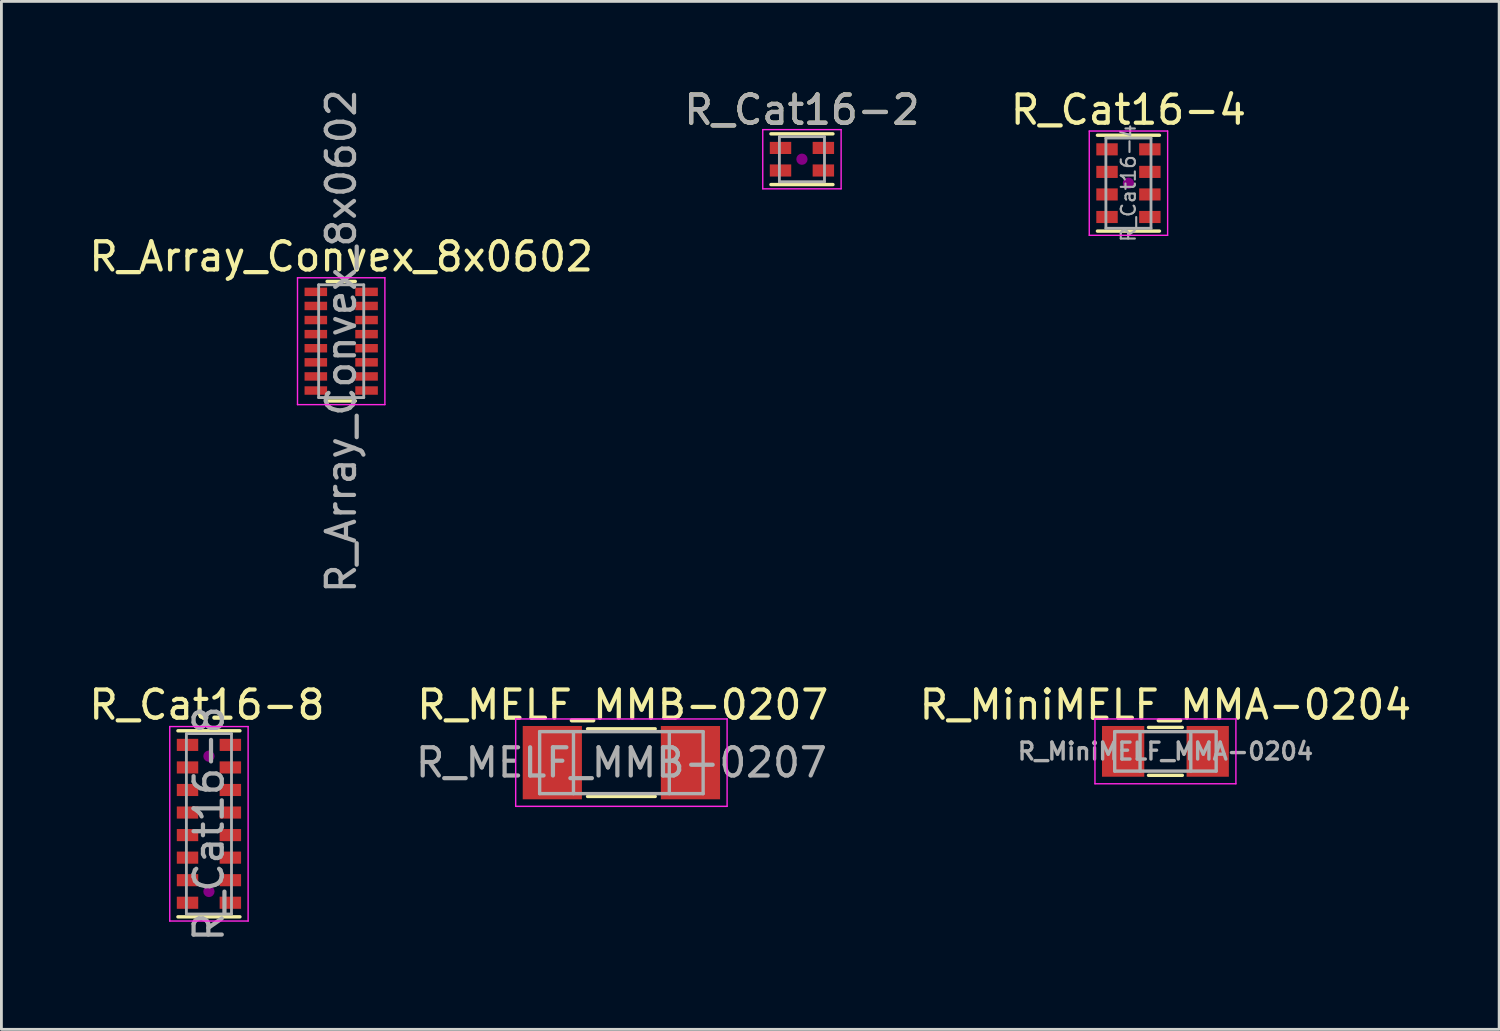
<source format=kicad_pcb>
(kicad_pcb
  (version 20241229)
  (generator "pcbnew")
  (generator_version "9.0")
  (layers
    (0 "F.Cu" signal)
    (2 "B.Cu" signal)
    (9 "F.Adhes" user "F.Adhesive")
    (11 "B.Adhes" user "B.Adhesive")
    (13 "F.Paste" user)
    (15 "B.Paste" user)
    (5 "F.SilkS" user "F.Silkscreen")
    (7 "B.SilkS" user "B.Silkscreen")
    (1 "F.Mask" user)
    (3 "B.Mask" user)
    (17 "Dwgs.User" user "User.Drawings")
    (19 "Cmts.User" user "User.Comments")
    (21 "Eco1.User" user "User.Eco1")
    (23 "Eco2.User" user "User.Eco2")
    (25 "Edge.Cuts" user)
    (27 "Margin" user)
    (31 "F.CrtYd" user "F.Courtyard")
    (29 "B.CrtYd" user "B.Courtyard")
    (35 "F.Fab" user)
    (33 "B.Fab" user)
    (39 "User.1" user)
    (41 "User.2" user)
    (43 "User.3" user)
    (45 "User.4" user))
  (footprint "R_Cat16-2"
    (layer "F.Cu")
    (at 25.399 2.598)
    (property "Reference" "R_Cat16-2" (at 0 -1.75 0) (layer "F.SilkS") (effects (font (size 1 1) (thickness 0.15))))
    (attr smd)
    (fp_line (start 1.1 -0.9) (end -1.1 -0.9) (stroke (width 0.12) (type solid)) (layer "F.SilkS"))
    (fp_line (start 1.1 0.9) (end -1.1 0.9) (stroke (width 0.12) (type solid)) (layer "F.SilkS"))
    (fp_circle (center 0 0) (end -0.1 0) (stroke (width 0.2) (type solid)) (fill no) (layer "F.Adhes"))
    (fp_line (start -1.39 -1.05) (end -1.39 1.05) (stroke (width 0.05) (type solid)) (layer "F.CrtYd"))
    (fp_line (start -1.39 -1.05) (end 1.39 -1.05) (stroke (width 0.05) (type solid)) (layer "F.CrtYd"))
    (fp_line (start 1.39 1.05) (end -1.39 1.05) (stroke (width 0.05) (type solid)) (layer "F.CrtYd"))
    (fp_line (start 1.39 1.05) (end 1.39 -1.05) (stroke (width 0.05) (type solid)) (layer "F.CrtYd"))
    (fp_line (start -0.8 -0.8) (end 0.8 -0.8) (stroke (width 0.1) (type solid)) (layer "F.Fab"))
    (fp_line (start -0.8 0.8) (end -0.8 -0.8) (stroke (width 0.1) (type solid)) (layer "F.Fab"))
    (fp_line (start 0.8 -0.8) (end 0.8 0.8) (stroke (width 0.1) (type solid)) (layer "F.Fab"))
    (fp_line (start 0.8 0.8) (end -0.8 0.8) (stroke (width 0.1) (type solid)) (layer "F.Fab"))
    (fp_text user "${REFERENCE}" (at 0 -1.75 0) (layer "F.Fab") (effects (font (size 1 1) (thickness 0.15))))
    (pad "1" smd rect (at -0.76 -0.4 180) (size 0.76 0.43) (layers "F.Cu" "F.Mask" "F.Paste"))
    (pad "2" smd rect (at -0.76 0.4 180) (size 0.76 0.43) (layers "F.Cu" "F.Mask" "F.Paste"))
    (pad "3" smd rect (at 0.76 0.4 180) (size 0.76 0.43) (layers "F.Cu" "F.Mask" "F.Paste"))
    (pad "4" smd rect (at 0.76 -0.4 180) (size 0.76 0.43) (layers "F.Cu" "F.Mask" "F.Paste")))
  (footprint "R_MELF_MMB-0207"
    (layer "F.Cu")
    (at 18.994 24.005)
    (property "Reference" "R_MELF_MMB-0207" (at 0.05 -2.05 0) (layer "F.SilkS") (effects (font (size 1 1) (thickness 0.15))))
    (attr smd)
    (fp_line (start 1.2 -1.2) (end -1.2 -1.2) (stroke (width 0.12) (type solid)) (layer "F.SilkS"))
    (fp_line (start 1.2 1.2) (end -1.2 1.2) (stroke (width 0.12) (type solid)) (layer "F.SilkS"))
    (fp_line (start -3.75 -1.55) (end -3.75 1.55) (stroke (width 0.05) (type solid)) (layer "F.CrtYd"))
    (fp_line (start -3.75 -1.55) (end 3.75 -1.55) (stroke (width 0.05) (type solid)) (layer "F.CrtYd"))
    (fp_line (start 3.75 1.55) (end -3.75 1.55) (stroke (width 0.05) (type solid)) (layer "F.CrtYd"))
    (fp_line (start 3.75 1.55) (end 3.75 -1.55) (stroke (width 0.05) (type solid)) (layer "F.CrtYd"))
    (fp_line (start -2.9 -1.1) (end -2.9 1.1) (stroke (width 0.12) (type solid)) (layer "F.Fab"))
    (fp_line (start -2.9 1.1) (end 2.9 1.1) (stroke (width 0.12) (type solid)) (layer "F.Fab"))
    (fp_line (start -1.7 -1.1) (end -1.7 1.1) (stroke (width 0.12) (type solid)) (layer "F.Fab"))
    (fp_line (start 1.7 -1.1) (end 1.7 1.1) (stroke (width 0.12) (type solid)) (layer "F.Fab"))
    (fp_line (start 2.9 -1.1) (end -2.9 -1.1) (stroke (width 0.12) (type solid)) (layer "F.Fab"))
    (fp_line (start 2.9 1.1) (end 2.9 -1.1) (stroke (width 0.12) (type solid)) (layer "F.Fab"))
    (fp_text user "${REFERENCE}" (at 0 0 0) (layer "F.Fab") (effects (font (size 1 1) (thickness 0.15))))
    (pad "1" smd rect (at -2.45 0) (size 2.1 2.6) (layers "F.Cu" "F.Mask" "F.Paste"))
    (pad "2" smd rect (at 2.45 0) (size 2.1 2.6) (layers "F.Cu" "F.Mask" "F.Paste")))
  (footprint "R_Cat16-4"
    (layer "F.Cu")
    (at 36.982 3.448)
    (property "Reference" "R_Cat16-4" (at 0 -2.6 0) (layer "F.SilkS") (effects (font (size 1 1) (thickness 0.15))))
    (attr smd)
    (fp_line (start 1.1 -1.7) (end -1.1 -1.7) (stroke (width 0.12) (type solid)) (layer "F.SilkS"))
    (fp_line (start 1.1 1.7) (end -1.1 1.7) (stroke (width 0.12) (type solid)) (layer "F.SilkS"))
    (fp_circle (center 0 0) (end -0.1 0) (stroke (width 0.2) (type solid)) (fill no) (layer "F.Adhes"))
    (fp_line (start -1.39 -1.85) (end -1.39 1.85) (stroke (width 0.05) (type solid)) (layer "F.CrtYd"))
    (fp_line (start -1.39 -1.85) (end 1.39 -1.85) (stroke (width 0.05) (type solid)) (layer "F.CrtYd"))
    (fp_line (start 1.39 1.85) (end -1.39 1.85) (stroke (width 0.05) (type solid)) (layer "F.CrtYd"))
    (fp_line (start 1.39 1.85) (end 1.39 -1.85) (stroke (width 0.05) (type solid)) (layer "F.CrtYd"))
    (fp_line (start -0.8 -1.6) (end 0.8 -1.6) (stroke (width 0.1) (type solid)) (layer "F.Fab"))
    (fp_line (start -0.8 1.6) (end -0.8 -1.6) (stroke (width 0.1) (type solid)) (layer "F.Fab"))
    (fp_line (start 0.8 -1.6) (end 0.8 1.6) (stroke (width 0.1) (type solid)) (layer "F.Fab"))
    (fp_line (start 0.8 1.6) (end -0.8 1.6) (stroke (width 0.1) (type solid)) (layer "F.Fab"))
    (fp_text user "${REFERENCE}" (at 0 0 90) (layer "F.Fab") (effects (font (size 0.5 0.5) (thickness 0.075))))
    (pad "1" smd rect (at -0.76 -1.2 180) (size 0.76 0.43) (layers "F.Cu" "F.Mask" "F.Paste"))
    (pad "2" smd rect (at -0.76 -0.4 180) (size 0.76 0.43) (layers "F.Cu" "F.Mask" "F.Paste"))
    (pad "3" smd rect (at -0.76 0.4 180) (size 0.76 0.43) (layers "F.Cu" "F.Mask" "F.Paste"))
    (pad "4" smd rect (at -0.76 1.2 180) (size 0.76 0.43) (layers "F.Cu" "F.Mask" "F.Paste"))
    (pad "5" smd rect (at 0.76 1.2 180) (size 0.76 0.43) (layers "F.Cu" "F.Mask" "F.Paste"))
    (pad "6" smd rect (at 0.76 0.4 180) (size 0.76 0.43) (layers "F.Cu" "F.Mask" "F.Paste"))
    (pad "7" smd rect (at 0.76 -0.4 180) (size 0.76 0.43) (layers "F.Cu" "F.Mask" "F.Paste"))
    (pad "8" smd rect (at 0.76 -1.2 180) (size 0.76 0.43) (layers "F.Cu" "F.Mask" "F.Paste")))
  (footprint "R_MiniMELF_MMA-0204"
    (layer "F.Cu")
    (at 38.294 23.605)
    (property "Reference" "R_MiniMELF_MMA-0204" (at 0 -1.65 0) (layer "F.SilkS") (effects (font (size 1 1) (thickness 0.15))))
    (attr smd)
    (fp_line (start -0.6 -0.85) (end 0.6 -0.85) (stroke (width 0.12) (type solid)) (layer "F.SilkS"))
    (fp_line (start 0.6 0.85) (end -0.6 0.85) (stroke (width 0.12) (type solid)) (layer "F.SilkS"))
    (fp_line (start -2.5 -1.15) (end -2.5 1.15) (stroke (width 0.05) (type solid)) (layer "F.CrtYd"))
    (fp_line (start -2.5 -1.15) (end 2.5 -1.15) (stroke (width 0.05) (type solid)) (layer "F.CrtYd"))
    (fp_line (start 2.5 1.15) (end -2.5 1.15) (stroke (width 0.05) (type solid)) (layer "F.CrtYd"))
    (fp_line (start 2.5 1.15) (end 2.5 -1.15) (stroke (width 0.05) (type solid)) (layer "F.CrtYd"))
    (fp_line (start -1.8 -0.7) (end -1.8 0.7) (stroke (width 0.12) (type solid)) (layer "F.Fab"))
    (fp_line (start -1.8 0.7) (end 1.8 0.7) (stroke (width 0.12) (type solid)) (layer "F.Fab"))
    (fp_line (start -0.9 -0.7) (end -0.9 0.7) (stroke (width 0.12) (type solid)) (layer "F.Fab"))
    (fp_line (start 0.9 0.7) (end 0.9 -0.7) (stroke (width 0.12) (type solid)) (layer "F.Fab"))
    (fp_line (start 1.8 -0.7) (end -1.8 -0.7) (stroke (width 0.12) (type solid)) (layer "F.Fab"))
    (fp_line (start 1.8 0.7) (end 1.8 -0.7) (stroke (width 0.12) (type solid)) (layer "F.Fab"))
    (fp_text user "${REFERENCE}" (at 0 0 0) (layer "F.Fab") (effects (font (size 0.6 0.6) (thickness 0.12))))
    (pad "1" smd rect (at -1.5 0) (size 1.5 1.8) (layers "F.Cu" "F.Mask" "F.Paste"))
    (pad "2" smd rect (at 1.5 0) (size 1.5 1.8) (layers "F.Cu" "F.Mask" "F.Paste")))
  (footprint "R_Array_Convex_8x0602"
    (layer "F.Cu")
    (at 9.054 9.054)
    (property "Reference" "R_Array_Convex_8x0602" (at 0 -3 0) (layer "F.SilkS") (effects (font (size 1 1) (thickness 0.15))))
    (attr smd)
    (fp_line (start 0.5 -2.12) (end -0.5 -2.12) (stroke (width 0.12) (type solid)) (layer "F.SilkS"))
    (fp_line (start 0.5 2.12) (end -0.5 2.12) (stroke (width 0.12) (type solid)) (layer "F.SilkS"))
    (fp_line (start -1.55 -2.25) (end -1.55 2.25) (stroke (width 0.05) (type solid)) (layer "F.CrtYd"))
    (fp_line (start -1.55 -2.25) (end 1.55 -2.25) (stroke (width 0.05) (type solid)) (layer "F.CrtYd"))
    (fp_line (start 1.55 2.25) (end -1.55 2.25) (stroke (width 0.05) (type solid)) (layer "F.CrtYd"))
    (fp_line (start 1.55 2.25) (end 1.55 -2.25) (stroke (width 0.05) (type solid)) (layer "F.CrtYd"))
    (fp_line (start -0.8 -2) (end -0.8 2) (stroke (width 0.1) (type solid)) (layer "F.Fab"))
    (fp_line (start -0.8 2) (end 0.8 2) (stroke (width 0.1) (type solid)) (layer "F.Fab"))
    (fp_line (start 0.8 -2) (end -0.8 -2) (stroke (width 0.1) (type solid)) (layer "F.Fab"))
    (fp_line (start 0.8 2) (end 0.8 -2) (stroke (width 0.1) (type solid)) (layer "F.Fab"))
    (fp_text user "${REFERENCE}" (at 0 0 90) (layer "F.Fab") (effects (font (size 1 1) (thickness 0.15))))
    (pad "1" smd rect (at -0.9 -1.75) (size 0.8 0.3) (layers "F.Cu" "F.Mask" "F.Paste"))
    (pad "2" smd rect (at -0.9 -1.25) (size 0.8 0.3) (layers "F.Cu" "F.Mask" "F.Paste"))
    (pad "3" smd rect (at -0.9 -0.75) (size 0.8 0.3) (layers "F.Cu" "F.Mask" "F.Paste"))
    (pad "4" smd rect (at -0.9 -0.25) (size 0.8 0.3) (layers "F.Cu" "F.Mask" "F.Paste"))
    (pad "5" smd rect (at -0.9 0.25) (size 0.8 0.3) (layers "F.Cu" "F.Mask" "F.Paste"))
    (pad "6" smd rect (at -0.9 0.75) (size 0.8 0.3) (layers "F.Cu" "F.Mask" "F.Paste"))
    (pad "7" smd rect (at -0.9 1.25) (size 0.8 0.3) (layers "F.Cu" "F.Mask" "F.Paste"))
    (pad "8" smd rect (at -0.9 1.75) (size 0.8 0.3) (layers "F.Cu" "F.Mask" "F.Paste"))
    (pad "9" smd rect (at 0.9 1.75) (size 0.8 0.3) (layers "F.Cu" "F.Mask" "F.Paste"))
    (pad "10" smd rect (at 0.9 1.25) (size 0.8 0.3) (layers "F.Cu" "F.Mask" "F.Paste"))
    (pad "11" smd rect (at 0.9 0.75) (size 0.8 0.3) (layers "F.Cu" "F.Mask" "F.Paste"))
    (pad "12" smd rect (at 0.9 0.25) (size 0.8 0.3) (layers "F.Cu" "F.Mask" "F.Paste"))
    (pad "13" smd rect (at 0.9 -0.25) (size 0.8 0.3) (layers "F.Cu" "F.Mask" "F.Paste"))
    (pad "14" smd rect (at 0.9 -0.75) (size 0.8 0.3) (layers "F.Cu" "F.Mask" "F.Paste"))
    (pad "15" smd rect (at 0.9 -1.25) (size 0.8 0.3) (layers "F.Cu" "F.Mask" "F.Paste"))
    (pad "16" smd rect (at 0.9 -1.75) (size 0.8 0.3) (layers "F.Cu" "F.Mask" "F.Paste")))
  (footprint "R_Cat16-8"
    (layer "F.Cu")
    (at 4.362 26.175)
    (property "Reference" "R_Cat16-8" (at -0.07 -4.22 0) (layer "F.SilkS") (effects (font (size 1 1) (thickness 0.15))))
    (attr smd)
    (fp_line (start 1.1 -3.3) (end -1.1 -3.3) (stroke (width 0.12) (type solid)) (layer "F.SilkS"))
    (fp_line (start 1.1 3.3) (end -1.1 3.3) (stroke (width 0.12) (type solid)) (layer "F.SilkS"))
    (fp_circle (center 0 -2.4) (end -0.1 -2.4) (stroke (width 0.2) (type solid)) (fill no) (layer "F.Adhes"))
    (fp_circle (center 0 2.4) (end -0.1 2.4) (stroke (width 0.2) (type solid)) (fill no) (layer "F.Adhes"))
    (fp_line (start -1.39 -3.45) (end -1.39 3.45) (stroke (width 0.05) (type solid)) (layer "F.CrtYd"))
    (fp_line (start -1.39 -3.45) (end 1.39 -3.45) (stroke (width 0.05) (type solid)) (layer "F.CrtYd"))
    (fp_line (start 1.39 3.45) (end -1.39 3.45) (stroke (width 0.05) (type solid)) (layer "F.CrtYd"))
    (fp_line (start 1.39 3.45) (end 1.39 -3.45) (stroke (width 0.05) (type solid)) (layer "F.CrtYd"))
    (fp_line (start -0.8 -3.2) (end 0.8 -3.2) (stroke (width 0.1) (type solid)) (layer "F.Fab"))
    (fp_line (start -0.8 3.2) (end -0.8 -3.2) (stroke (width 0.1) (type solid)) (layer "F.Fab"))
    (fp_line (start 0.8 -3.2) (end 0.8 3.2) (stroke (width 0.1) (type solid)) (layer "F.Fab"))
    (fp_line (start 0.8 3.2) (end -0.8 3.2) (stroke (width 0.1) (type solid)) (layer "F.Fab"))
    (fp_text user "${REFERENCE}" (at 0 0 90) (layer "F.Fab") (effects (font (size 1 1) (thickness 0.15))))
    (pad "1" smd rect (at -0.76 -2.8 180) (size 0.76 0.43) (layers "F.Cu" "F.Mask" "F.Paste"))
    (pad "2" smd rect (at -0.76 -2 180) (size 0.76 0.43) (layers "F.Cu" "F.Mask" "F.Paste"))
    (pad "3" smd rect (at -0.76 -1.2 180) (size 0.76 0.43) (layers "F.Cu" "F.Mask" "F.Paste"))
    (pad "4" smd rect (at -0.76 -0.4 180) (size 0.76 0.43) (layers "F.Cu" "F.Mask" "F.Paste"))
    (pad "5" smd rect (at -0.76 0.4 180) (size 0.76 0.43) (layers "F.Cu" "F.Mask" "F.Paste"))
    (pad "6" smd rect (at -0.76 1.2 180) (size 0.76 0.43) (layers "F.Cu" "F.Mask" "F.Paste"))
    (pad "7" smd rect (at -0.76 2 180) (size 0.76 0.43) (layers "F.Cu" "F.Mask" "F.Paste"))
    (pad "8" smd rect (at -0.76 2.8 180) (size 0.76 0.43) (layers "F.Cu" "F.Mask" "F.Paste"))
    (pad "9" smd rect (at 0.76 2.8 180) (size 0.76 0.43) (layers "F.Cu" "F.Mask" "F.Paste"))
    (pad "10" smd rect (at 0.76 2 180) (size 0.76 0.43) (layers "F.Cu" "F.Mask" "F.Paste"))
    (pad "11" smd rect (at 0.76 1.2 180) (size 0.76 0.43) (layers "F.Cu" "F.Mask" "F.Paste"))
    (pad "12" smd rect (at 0.76 0.4 180) (size 0.76 0.43) (layers "F.Cu" "F.Mask" "F.Paste"))
    (pad "13" smd rect (at 0.76 -0.4 180) (size 0.76 0.43) (layers "F.Cu" "F.Mask" "F.Paste"))
    (pad "14" smd rect (at 0.76 -1.2 180) (size 0.76 0.43) (layers "F.Cu" "F.Mask" "F.Paste"))
    (pad "15" smd rect (at 0.76 -2 180) (size 0.76 0.43) (layers "F.Cu" "F.Mask" "F.Paste"))
    (pad "16" smd rect (at 0.76 -2.8 180) (size 0.76 0.43) (layers "F.Cu" "F.Mask" "F.Paste")))
  (gr_rect
    (start -3 -3)
    (end 50.133 33.467)
    (stroke (width 0.1) (type default))
    (fill no)
    (layer "Edge.Cuts")))
</source>
